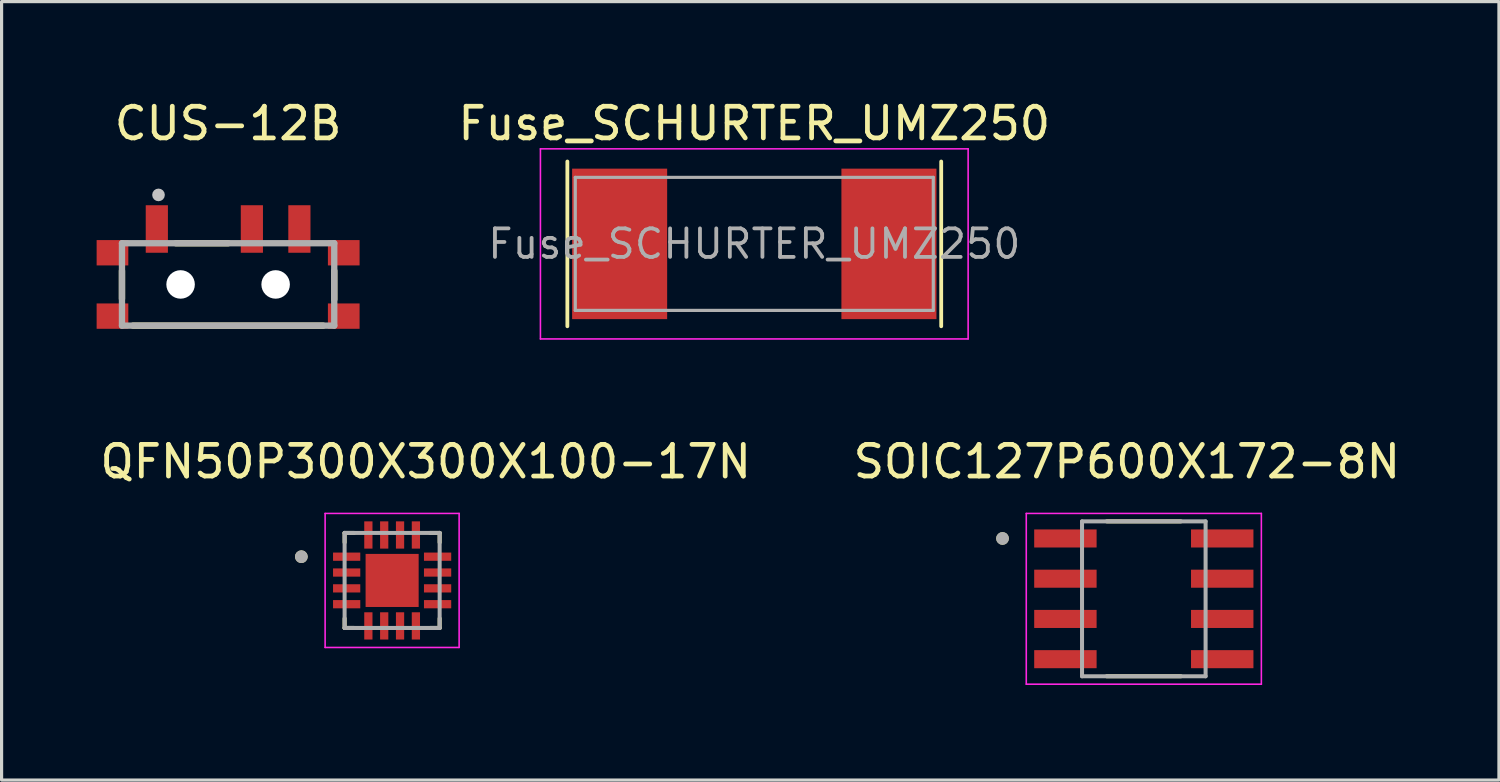
<source format=kicad_pcb>
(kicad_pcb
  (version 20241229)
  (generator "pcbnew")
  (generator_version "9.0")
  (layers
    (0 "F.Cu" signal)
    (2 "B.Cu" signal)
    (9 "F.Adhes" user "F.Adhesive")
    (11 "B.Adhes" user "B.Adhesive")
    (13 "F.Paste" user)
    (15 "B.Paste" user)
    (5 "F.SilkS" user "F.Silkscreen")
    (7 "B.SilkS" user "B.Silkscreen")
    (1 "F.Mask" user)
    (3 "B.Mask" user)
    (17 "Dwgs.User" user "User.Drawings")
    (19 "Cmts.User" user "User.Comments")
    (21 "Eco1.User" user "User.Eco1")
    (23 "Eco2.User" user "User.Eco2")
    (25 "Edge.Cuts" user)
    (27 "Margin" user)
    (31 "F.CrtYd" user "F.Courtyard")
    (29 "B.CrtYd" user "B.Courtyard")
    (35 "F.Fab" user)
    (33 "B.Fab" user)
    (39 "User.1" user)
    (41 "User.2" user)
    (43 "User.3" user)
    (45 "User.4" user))
  (footprint "CUS-12B"
    (layer "F.Cu")
    (at 4.15 5.928)
    (property "Reference" "CUS-12B" (at 0 -5.08 0) (layer "F.SilkS") (effects (font (size 1 1) (thickness 0.15))))
    (attr smd)
    (fp_line (start -3.35 -0.431) (end -3.35 0.454) (stroke (width 0.2) (type solid)) (layer "F.SilkS"))
    (fp_line (start -3 1.3) (end 3 1.3) (stroke (width 0.2) (type solid)) (layer "F.SilkS"))
    (fp_line (start 0 -1.3) (end -1.648 -1.3) (stroke (width 0.2) (type solid)) (layer "F.SilkS"))
    (fp_line (start 3.35 -0.431) (end 3.35 0.474) (stroke (width 0.2) (type solid)) (layer "F.SilkS"))
    (fp_circle (center -2.197 -2.826) (end -2.097 -2.826) (stroke (width 0.2) (type solid)) (fill no) (layer "Dwgs.User"))
    (fp_line (start -3.35 -1.3) (end 3.35 -1.3) (stroke (width 0.2) (type solid)) (layer "F.Fab"))
    (fp_line (start -3.35 1.3) (end -3.35 -1.3) (stroke (width 0.2) (type solid)) (layer "F.Fab"))
    (fp_line (start 3.35 -1.3) (end 3.35 1.3) (stroke (width 0.2) (type solid)) (layer "F.Fab"))
    (fp_line (start 3.35 1.3) (end -3.35 1.3) (stroke (width 0.2) (type solid)) (layer "F.Fab"))
    (pad "" np_thru_hole circle (at -1.5 0) (size 0.9 0.9) (drill 0.9) (layers "*.Cu" "*.Mask"))
    (pad "" np_thru_hole circle (at 1.5 0) (size 0.9 0.9) (drill 0.9) (layers "*.Cu" "*.Mask"))
    (pad "1" smd rect (at -2.25 -1.75) (size 0.7 1.5) (layers "F.Cu" "F.Mask" "F.Paste"))
    (pad "2" smd rect (at 0.75 -1.75) (size 0.7 1.5) (layers "F.Cu" "F.Mask" "F.Paste"))
    (pad "3" smd rect (at 2.25 -1.75) (size 0.7 1.5) (layers "F.Cu" "F.Mask" "F.Paste"))
    (pad "4" smd rect (at 3.65 -1) (size 1 0.8) (layers "F.Cu" "F.Mask" "F.Paste"))
    (pad "5" smd rect (at 3.65 1) (size 1 0.8) (layers "F.Cu" "F.Mask" "F.Paste"))
    (pad "6" smd rect (at -3.65 1) (size 1 0.8) (layers "F.Cu" "F.Mask" "F.Paste"))
    (pad "7" smd rect (at -3.65 -1) (size 1 0.8) (layers "F.Cu" "F.Mask" "F.Paste")))
  (footprint "SOIC127P600X172-8N"
    (layer "F.Cu")
    (at 33.053 15.851)
    (property "Reference" "SOIC127P600X172-8N" (at -0.535 -4.33 0) (layer "F.SilkS") (effects (font (size 1 1) (thickness 0.15))))
    (attr smd)
    (fp_line (start -1.17 -2.445) (end 1.17 -2.445) (stroke (width 0.127) (type solid)) (layer "F.SilkS"))
    (fp_line (start -1.17 2.445) (end 1.17 2.445) (stroke (width 0.127) (type solid)) (layer "F.SilkS"))
    (fp_circle (center -4.46 -1.905) (end -4.36 -1.905) (stroke (width 0.2) (type solid)) (fill no) (layer "F.SilkS"))
    (fp_line (start -3.71 -2.695) (end -3.71 2.695) (stroke (width 0.05) (type solid)) (layer "F.CrtYd"))
    (fp_line (start -3.71 2.695) (end 3.71 2.695) (stroke (width 0.05) (type solid)) (layer "F.CrtYd"))
    (fp_line (start 3.71 -2.695) (end -3.71 -2.695) (stroke (width 0.05) (type solid)) (layer "F.CrtYd"))
    (fp_line (start 3.71 2.695) (end 3.71 -2.695) (stroke (width 0.05) (type solid)) (layer "F.CrtYd"))
    (fp_line (start -1.95 -2.445) (end -1.95 2.445) (stroke (width 0.127) (type solid)) (layer "F.Fab"))
    (fp_line (start -1.95 2.445) (end 1.95 2.445) (stroke (width 0.127) (type solid)) (layer "F.Fab"))
    (fp_line (start 1.95 -2.445) (end -1.95 -2.445) (stroke (width 0.127) (type solid)) (layer "F.Fab"))
    (fp_line (start 1.95 2.445) (end 1.95 -2.445) (stroke (width 0.127) (type solid)) (layer "F.Fab"))
    (fp_circle (center -4.46 -1.905) (end -4.36 -1.905) (stroke (width 0.2) (type solid)) (fill no) (layer "F.Fab"))
    (pad "1" smd rect (at -2.475 -1.905) (size 1.97 0.57) (layers "F.Cu" "F.Mask" "F.Paste"))
    (pad "2" smd rect (at -2.475 -0.635) (size 1.97 0.57) (layers "F.Cu" "F.Mask" "F.Paste"))
    (pad "3" smd rect (at -2.475 0.635) (size 1.97 0.57) (layers "F.Cu" "F.Mask" "F.Paste"))
    (pad "4" smd rect (at -2.475 1.905) (size 1.97 0.57) (layers "F.Cu" "F.Mask" "F.Paste"))
    (pad "5" smd rect (at 2.475 1.905) (size 1.97 0.57) (layers "F.Cu" "F.Mask" "F.Paste"))
    (pad "6" smd rect (at 2.475 0.635) (size 1.97 0.57) (layers "F.Cu" "F.Mask" "F.Paste"))
    (pad "7" smd rect (at 2.475 -0.635) (size 1.97 0.57) (layers "F.Cu" "F.Mask" "F.Paste"))
    (pad "8" smd rect (at 2.475 -1.905) (size 1.97 0.57) (layers "F.Cu" "F.Mask" "F.Paste")))
  (footprint "Fuse_SCHURTER_UMZ250"
    (layer "F.Cu")
    (at 20.758 4.648)
    (property "Reference" "Fuse_SCHURTER_UMZ250" (at 0 -3.8 0) (layer "F.SilkS") (effects (font (size 1 1) (thickness 0.15))))
    (attr smd)
    (fp_line (start -5.9 -2.6) (end -5.9 2.6) (stroke (width 0.12) (type solid)) (layer "F.SilkS"))
    (fp_line (start 5.9 -2.6) (end 5.9 2.6) (stroke (width 0.12) (type solid)) (layer "F.SilkS"))
    (fp_line (start -6.75 -3) (end 6.75 -3) (stroke (width 0.05) (type solid)) (layer "F.CrtYd"))
    (fp_line (start -6.75 3) (end -6.75 -3) (stroke (width 0.05) (type solid)) (layer "F.CrtYd"))
    (fp_line (start 6.75 -3) (end 6.75 3) (stroke (width 0.05) (type solid)) (layer "F.CrtYd"))
    (fp_line (start 6.75 3) (end -6.75 3) (stroke (width 0.05) (type solid)) (layer "F.CrtYd"))
    (fp_line (start -5.65 -2.1) (end 5.65 -2.1) (stroke (width 0.1) (type solid)) (layer "F.Fab"))
    (fp_line (start -5.65 2.1) (end -5.65 -2.1) (stroke (width 0.1) (type solid)) (layer "F.Fab"))
    (fp_line (start 5.65 -2.1) (end 5.65 2.1) (stroke (width 0.1) (type solid)) (layer "F.Fab"))
    (fp_line (start 5.65 2.1) (end -5.65 2.1) (stroke (width 0.1) (type solid)) (layer "F.Fab"))
    (fp_text user "${REFERENCE}" (at 0 0 0) (layer "F.Fab") (effects (font (size 0.9 0.9) (thickness 0.12))))
    (pad "1" smd rect (at -4.25 0) (size 3 4.75) (layers "F.Cu" "F.Mask" "F.Paste"))
    (pad "2" smd rect (at 4.25 0) (size 3 4.75) (layers "F.Cu" "F.Mask" "F.Paste")))
  (footprint "QFN50P300X300X100-17N"
    (layer "F.Cu")
    (at 9.327 15.271)
    (property "Reference" "QFN50P300X300X100-17N" (at 1.06 -3.75 0) (layer "F.SilkS") (effects (font (size 1 1) (thickness 0.15))))
    (attr smd)
    (fp_line (start -1.5 -1.5) (end -1.5 -1.2) (stroke (width 0.127) (type solid)) (layer "F.SilkS"))
    (fp_line (start -1.5 1.5) (end -1.5 1.2) (stroke (width 0.127) (type solid)) (layer "F.SilkS"))
    (fp_line (start -1.5 1.5) (end -1.2 1.5) (stroke (width 0.127) (type solid)) (layer "F.SilkS"))
    (fp_line (start -1.2 -1.5) (end -1.5 -1.5) (stroke (width 0.127) (type solid)) (layer "F.SilkS"))
    (fp_line (start 1.2 1.5) (end 1.5 1.5) (stroke (width 0.127) (type solid)) (layer "F.SilkS"))
    (fp_line (start 1.5 -1.5) (end 1.2 -1.5) (stroke (width 0.127) (type solid)) (layer "F.SilkS"))
    (fp_line (start 1.5 -1.2) (end 1.5 -1.5) (stroke (width 0.127) (type solid)) (layer "F.SilkS"))
    (fp_line (start 1.5 1.5) (end 1.5 1.2) (stroke (width 0.127) (type solid)) (layer "F.SilkS"))
    (fp_circle (center -2.865 -0.75) (end -2.765 -0.75) (stroke (width 0.2) (type solid)) (fill no) (layer "F.SilkS"))
    (fp_poly (pts (xy -0.635 -0.635) (xy -0.105 -0.635) (xy -0.105 -0.105) (xy -0.635 -0.105)) (stroke (width 0.01) (type solid)) (fill yes) (layer "F.Paste"))
    (fp_poly (pts (xy -0.635 0.105) (xy -0.105 0.105) (xy -0.105 0.635) (xy -0.635 0.635)) (stroke (width 0.01) (type solid)) (fill yes) (layer "F.Paste"))
    (fp_poly (pts (xy 0.105 -0.635) (xy 0.635 -0.635) (xy 0.635 -0.105) (xy 0.105 -0.105)) (stroke (width 0.01) (type solid)) (fill yes) (layer "F.Paste"))
    (fp_poly (pts (xy 0.105 0.105) (xy 0.635 0.105) (xy 0.635 0.635) (xy 0.105 0.635)) (stroke (width 0.01) (type solid)) (fill yes) (layer "F.Paste"))
    (fp_line (start -2.115 -2.115) (end -2.115 2.115) (stroke (width 0.05) (type solid)) (layer "F.CrtYd"))
    (fp_line (start -2.115 2.115) (end 2.115 2.115) (stroke (width 0.05) (type solid)) (layer "F.CrtYd"))
    (fp_line (start 2.115 -2.115) (end -2.115 -2.115) (stroke (width 0.05) (type solid)) (layer "F.CrtYd"))
    (fp_line (start 2.115 2.115) (end 2.115 -2.115) (stroke (width 0.05) (type solid)) (layer "F.CrtYd"))
    (fp_line (start -1.5 -1.5) (end -1.5 1.5) (stroke (width 0.127) (type solid)) (layer "F.Fab"))
    (fp_line (start -1.5 1.5) (end 1.5 1.5) (stroke (width 0.127) (type solid)) (layer "F.Fab"))
    (fp_line (start 1.5 -1.5) (end -1.5 -1.5) (stroke (width 0.127) (type solid)) (layer "F.Fab"))
    (fp_line (start 1.5 1.5) (end 1.5 -1.5) (stroke (width 0.127) (type solid)) (layer "F.Fab"))
    (fp_circle (center -2.865 -0.75) (end -2.765 -0.75) (stroke (width 0.2) (type solid)) (fill no) (layer "F.Fab"))
    (pad "1" smd rect (at -1.435 -0.75) (size 0.86 0.26) (layers "F.Cu" "F.Mask" "F.Paste"))
    (pad "2" smd rect (at -1.435 -0.25) (size 0.86 0.26) (layers "F.Cu" "F.Mask" "F.Paste"))
    (pad "3" smd rect (at -1.435 0.25) (size 0.86 0.26) (layers "F.Cu" "F.Mask" "F.Paste"))
    (pad "4" smd rect (at -1.435 0.75) (size 0.86 0.26) (layers "F.Cu" "F.Mask" "F.Paste"))
    (pad "5" smd rect (at -0.75 1.435) (size 0.26 0.86) (layers "F.Cu" "F.Mask" "F.Paste"))
    (pad "6" smd rect (at -0.25 1.435) (size 0.26 0.86) (layers "F.Cu" "F.Mask" "F.Paste"))
    (pad "7" smd rect (at 0.25 1.435) (size 0.26 0.86) (layers "F.Cu" "F.Mask" "F.Paste"))
    (pad "8" smd rect (at 0.75 1.435) (size 0.26 0.86) (layers "F.Cu" "F.Mask" "F.Paste"))
    (pad "9" smd rect (at 1.435 0.75) (size 0.86 0.26) (layers "F.Cu" "F.Mask" "F.Paste"))
    (pad "10" smd rect (at 1.435 0.25) (size 0.86 0.26) (layers "F.Cu" "F.Mask" "F.Paste"))
    (pad "11" smd rect (at 1.435 -0.25) (size 0.86 0.26) (layers "F.Cu" "F.Mask" "F.Paste"))
    (pad "12" smd rect (at 1.435 -0.75) (size 0.86 0.26) (layers "F.Cu" "F.Mask" "F.Paste"))
    (pad "13" smd rect (at 0.75 -1.435) (size 0.26 0.86) (layers "F.Cu" "F.Mask" "F.Paste"))
    (pad "14" smd rect (at 0.25 -1.435) (size 0.26 0.86) (layers "F.Cu" "F.Mask" "F.Paste"))
    (pad "15" smd rect (at -0.25 -1.435) (size 0.26 0.86) (layers "F.Cu" "F.Mask" "F.Paste"))
    (pad "16" smd rect (at -0.75 -1.435) (size 0.26 0.86) (layers "F.Cu" "F.Mask" "F.Paste"))
    (pad "17" smd rect (at 0 0) (size 1.675 1.675) (layers "F.Cu" "F.Mask")))
  (gr_rect
    (start -3 -3)
    (end 44.262 21.572)
    (stroke (width 0.1) (type default))
    (fill no)
    (layer "Edge.Cuts")))
</source>
